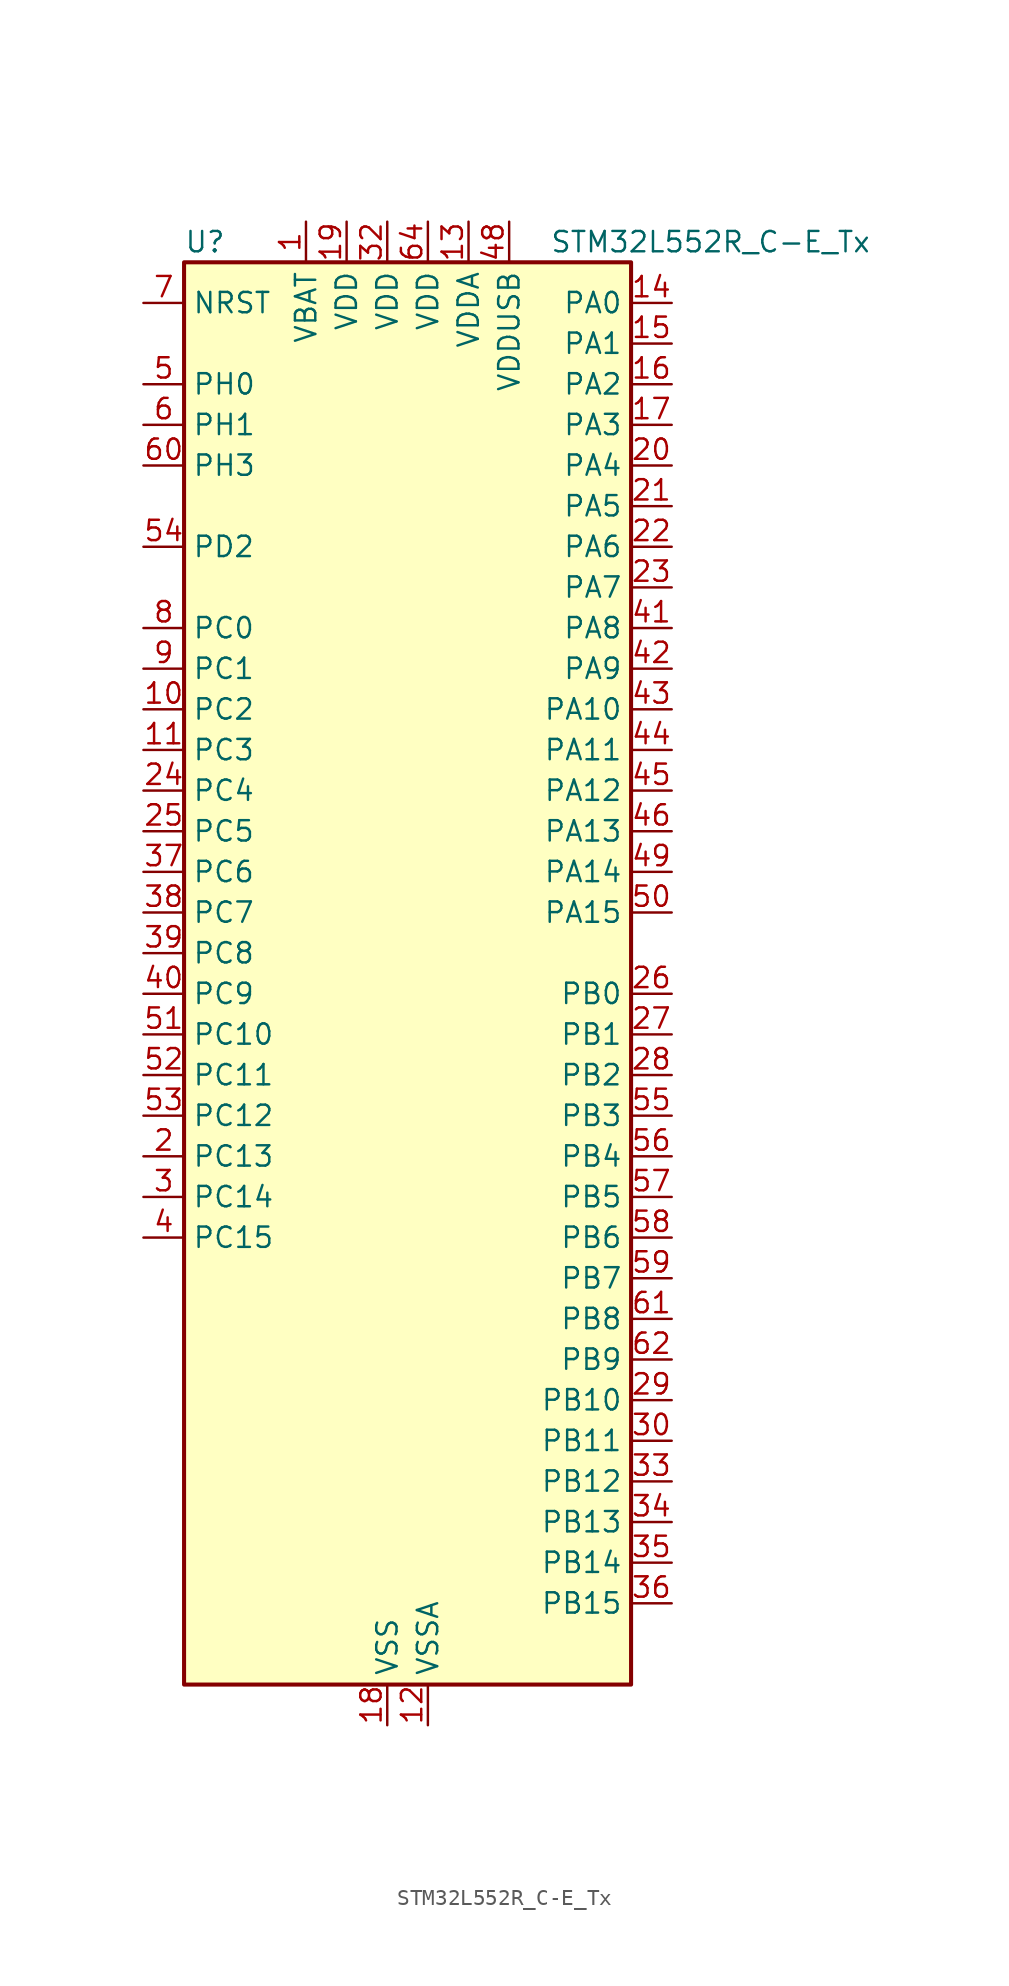
<source format=kicad_sym>
(kicad_symbol_lib
  (version 20220914)
  (generator kicad_symbol_editor)
  (symbol "STM32L552R_C-E_Tx"
    (property "Reference" "U"
      (at -12.7 46.99 0)
      (effects (font (size 1.27 1.27)) (justify left)))
    (property "Value" "STM32L552R_C-E_Tx"
      (at 10.16 46.99 0)
      (effects (font (size 1.27 1.27)) (justify left)))
    (property "ki_locked" ""
      (at 0 0 0)
      (effects (font (size 1.27 1.27))))
    (symbol "STM32L552R_C-E_Tx_0_1"
      (rectangle (start -12.7 -43.18) (end 15.24 45.72) (stroke (width 0.254) (type default)) (fill (type background))))
    (symbol "STM32L552R_C-E_Tx_1_1"
      (pin power_in line (at -5.08 48.26 270) (length 2.54) (name "VBAT" (effects (font (size 1.27 1.27)))) (number "1" (effects (font (size 1.27 1.27)))))
      (pin bidirectional line (at -15.24 17.78 0) (length 2.54) (name "PC2" (effects (font (size 1.27 1.27)))) (number "10" (effects (font (size 1.27 1.27)))) (alternate "ADC1_IN3" bidirectional line) (alternate "ADC2_IN3" bidirectional line) (alternate "DFSDM1_CKOUT" bidirectional line) (alternate "LPTIM1_IN2" bidirectional line) (alternate "OCTOSPI1_IO5" bidirectional line) (alternate "SPI2_MISO" bidirectional line))
      (pin bidirectional line (at -15.24 15.24 0) (length 2.54) (name "PC3" (effects (font (size 1.27 1.27)))) (number "11" (effects (font (size 1.27 1.27)))) (alternate "ADC1_IN4" bidirectional line) (alternate "ADC2_IN4" bidirectional line) (alternate "LPTIM1_ETR" bidirectional line) (alternate "LPTIM2_ETR" bidirectional line) (alternate "LPTIM3_OUT" bidirectional line) (alternate "OCTOSPI1_IO6" bidirectional line) (alternate "SAI1_D1" bidirectional line) (alternate "SAI1_SD_A" bidirectional line) (alternate "SPI2_MOSI" bidirectional line))
      (pin power_in line (at 2.54 -45.72 90) (length 2.54) (name "VSSA" (effects (font (size 1.27 1.27)))) (number "12" (effects (font (size 1.27 1.27)))))
      (pin power_in line (at 5.08 48.26 270) (length 2.54) (name "VDDA" (effects (font (size 1.27 1.27)))) (number "13" (effects (font (size 1.27 1.27)))))
      (pin bidirectional line (at 17.78 43.18 180) (length 2.54) (name "PA0" (effects (font (size 1.27 1.27)))) (number "14" (effects (font (size 1.27 1.27)))) (alternate "ADC1_IN5" bidirectional line) (alternate "ADC2_IN5" bidirectional line) (alternate "OPAMP1_VINP" bidirectional line) (alternate "PWR_WKUP1" bidirectional line) (alternate "SAI1_EXTCLK" bidirectional line) (alternate "TAMP_IN2" bidirectional line) (alternate "TAMP_OUT1" bidirectional line) (alternate "TIM2_CH1" bidirectional line) (alternate "TIM2_ETR" bidirectional line) (alternate "TIM5_CH1" bidirectional line) (alternate "TIM8_ETR" bidirectional line) (alternate "UART4_TX" bidirectional line) (alternate "USART2_CTS" bidirectional line) (alternate "USART2_NSS" bidirectional line))
      (pin bidirectional line (at 17.78 40.64 180) (length 2.54) (name "PA1" (effects (font (size 1.27 1.27)))) (number "15" (effects (font (size 1.27 1.27)))) (alternate "ADC1_IN6" bidirectional line) (alternate "ADC2_IN6" bidirectional line) (alternate "I2C1_SMBA" bidirectional line) (alternate "OCTOSPI1_DQS" bidirectional line) (alternate "OPAMP1_VINM" bidirectional line) (alternate "SPI1_SCK" bidirectional line) (alternate "TAMP_IN5" bidirectional line) (alternate "TAMP_OUT4" bidirectional line) (alternate "TIM15_CH1N" bidirectional line) (alternate "TIM2_CH2" bidirectional line) (alternate "TIM5_CH2" bidirectional line) (alternate "UART4_RX" bidirectional line) (alternate "USART2_DE" bidirectional line) (alternate "USART2_RTS" bidirectional line))
      (pin bidirectional line (at 17.78 38.1 180) (length 2.54) (name "PA2" (effects (font (size 1.27 1.27)))) (number "16" (effects (font (size 1.27 1.27)))) (alternate "ADC1_IN7" bidirectional line) (alternate "ADC2_IN7" bidirectional line) (alternate "COMP1_INP" bidirectional line) (alternate "LPUART1_TX" bidirectional line) (alternate "OCTOSPI1_NCS" bidirectional line) (alternate "PWR_WKUP4" bidirectional line) (alternate "RCC_LSCO" bidirectional line) (alternate "SAI2_EXTCLK" bidirectional line) (alternate "TIM15_CH1" bidirectional line) (alternate "TIM2_CH3" bidirectional line) (alternate "TIM5_CH3" bidirectional line) (alternate "UCPD1_FRSTX1" bidirectional line) (alternate "USART2_TX" bidirectional line))
      (pin bidirectional line (at 17.78 35.56 180) (length 2.54) (name "PA3" (effects (font (size 1.27 1.27)))) (number "17" (effects (font (size 1.27 1.27)))) (alternate "ADC1_IN8" bidirectional line) (alternate "ADC2_IN8" bidirectional line) (alternate "LPUART1_RX" bidirectional line) (alternate "OCTOSPI1_CLK" bidirectional line) (alternate "OPAMP1_VOUT" bidirectional line) (alternate "SAI1_CK1" bidirectional line) (alternate "SAI1_MCLK_A" bidirectional line) (alternate "TIM15_CH2" bidirectional line) (alternate "TIM2_CH4" bidirectional line) (alternate "TIM5_CH4" bidirectional line) (alternate "USART2_RX" bidirectional line))
      (pin power_in line (at 0 -45.72 90) (length 2.54) (name "VSS" (effects (font (size 1.27 1.27)))) (number "18" (effects (font (size 1.27 1.27)))))
      (pin power_in line (at -2.54 48.26 270) (length 2.54) (name "VDD" (effects (font (size 1.27 1.27)))) (number "19" (effects (font (size 1.27 1.27)))))
      (pin bidirectional line (at -15.24 -10.16 0) (length 2.54) (name "PC13" (effects (font (size 1.27 1.27)))) (number "2" (effects (font (size 1.27 1.27)))) (alternate "PWR_WKUP2" bidirectional line) (alternate "RTC_OUT1" bidirectional line) (alternate "RTC_TS" bidirectional line) (alternate "TAMP_IN1" bidirectional line) (alternate "TAMP_OUT2" bidirectional line))
      (pin bidirectional line (at 17.78 33.02 180) (length 2.54) (name "PA4" (effects (font (size 1.27 1.27)))) (number "20" (effects (font (size 1.27 1.27)))) (alternate "ADC1_IN9" bidirectional line) (alternate "ADC2_IN9" bidirectional line) (alternate "DAC1_OUT1" bidirectional line) (alternate "LPTIM2_OUT" bidirectional line) (alternate "OCTOSPI1_NCS" bidirectional line) (alternate "SAI1_FS_B" bidirectional line) (alternate "SPI1_NSS" bidirectional line) (alternate "SPI3_NSS" bidirectional line) (alternate "USART2_CK" bidirectional line))
      (pin bidirectional line (at 17.78 30.48 180) (length 2.54) (name "PA5" (effects (font (size 1.27 1.27)))) (number "21" (effects (font (size 1.27 1.27)))) (alternate "ADC1_IN10" bidirectional line) (alternate "ADC2_IN10" bidirectional line) (alternate "DAC1_OUT2" bidirectional line) (alternate "LPTIM2_ETR" bidirectional line) (alternate "SPI1_SCK" bidirectional line) (alternate "TIM2_CH1" bidirectional line) (alternate "TIM2_ETR" bidirectional line) (alternate "TIM8_CH1N" bidirectional line))
      (pin bidirectional line (at 17.78 27.94 180) (length 2.54) (name "PA6" (effects (font (size 1.27 1.27)))) (number "22" (effects (font (size 1.27 1.27)))) (alternate "ADC1_IN11" bidirectional line) (alternate "ADC2_IN11" bidirectional line) (alternate "LPUART1_CTS" bidirectional line) (alternate "OCTOSPI1_IO3" bidirectional line) (alternate "OPAMP2_VINP" bidirectional line) (alternate "SPI1_MISO" bidirectional line) (alternate "TIM16_CH1" bidirectional line) (alternate "TIM1_BKIN" bidirectional line) (alternate "TIM3_CH1" bidirectional line) (alternate "TIM8_BKIN" bidirectional line) (alternate "USART3_CTS" bidirectional line) (alternate "USART3_NSS" bidirectional line))
      (pin bidirectional line (at 17.78 25.4 180) (length 2.54) (name "PA7" (effects (font (size 1.27 1.27)))) (number "23" (effects (font (size 1.27 1.27)))) (alternate "ADC1_IN12" bidirectional line) (alternate "ADC2_IN12" bidirectional line) (alternate "I2C3_SCL" bidirectional line) (alternate "OCTOSPI1_IO2" bidirectional line) (alternate "OPAMP2_VINM" bidirectional line) (alternate "SPI1_MOSI" bidirectional line) (alternate "TIM17_CH1" bidirectional line) (alternate "TIM1_CH1N" bidirectional line) (alternate "TIM3_CH2" bidirectional line) (alternate "TIM8_CH1N" bidirectional line))
      (pin bidirectional line (at -15.24 12.7 0) (length 2.54) (name "PC4" (effects (font (size 1.27 1.27)))) (number "24" (effects (font (size 1.27 1.27)))) (alternate "ADC1_IN13" bidirectional line) (alternate "ADC2_IN13" bidirectional line) (alternate "COMP1_INM" bidirectional line) (alternate "OCTOSPI1_IO7" bidirectional line) (alternate "USART3_TX" bidirectional line))
      (pin bidirectional line (at -15.24 10.16 0) (length 2.54) (name "PC5" (effects (font (size 1.27 1.27)))) (number "25" (effects (font (size 1.27 1.27)))) (alternate "ADC1_IN14" bidirectional line) (alternate "ADC2_IN14" bidirectional line) (alternate "COMP1_INP" bidirectional line) (alternate "PWR_WKUP5" bidirectional line) (alternate "SAI1_D3" bidirectional line) (alternate "TAMP_IN4" bidirectional line) (alternate "TAMP_OUT5" bidirectional line) (alternate "USART3_RX" bidirectional line))
      (pin bidirectional line (at 17.78 0 180) (length 2.54) (name "PB0" (effects (font (size 1.27 1.27)))) (number "26" (effects (font (size 1.27 1.27)))) (alternate "ADC1_IN15" bidirectional line) (alternate "ADC2_IN15" bidirectional line) (alternate "COMP1_OUT" bidirectional line) (alternate "OCTOSPI1_IO1" bidirectional line) (alternate "OPAMP2_VOUT" bidirectional line) (alternate "SAI1_EXTCLK" bidirectional line) (alternate "SPI1_NSS" bidirectional line) (alternate "TIM1_CH2N" bidirectional line) (alternate "TIM3_CH3" bidirectional line) (alternate "TIM8_CH2N" bidirectional line) (alternate "USART3_CK" bidirectional line))
      (pin bidirectional line (at 17.78 -2.54 180) (length 2.54) (name "PB1" (effects (font (size 1.27 1.27)))) (number "27" (effects (font (size 1.27 1.27)))) (alternate "ADC1_IN16" bidirectional line) (alternate "ADC2_IN16" bidirectional line) (alternate "COMP1_INM" bidirectional line) (alternate "DFSDM1_DATIN0" bidirectional line) (alternate "LPTIM2_IN1" bidirectional line) (alternate "LPUART1_DE" bidirectional line) (alternate "LPUART1_RTS" bidirectional line) (alternate "OCTOSPI1_IO0" bidirectional line) (alternate "TIM1_CH3N" bidirectional line) (alternate "TIM3_CH4" bidirectional line) (alternate "TIM8_CH3N" bidirectional line) (alternate "USART3_DE" bidirectional line) (alternate "USART3_RTS" bidirectional line))
      (pin bidirectional line (at 17.78 -5.08 180) (length 2.54) (name "PB2" (effects (font (size 1.27 1.27)))) (number "28" (effects (font (size 1.27 1.27)))) (alternate "COMP1_INP" bidirectional line) (alternate "DFSDM1_CKIN0" bidirectional line) (alternate "I2C3_SMBA" bidirectional line) (alternate "LPTIM1_OUT" bidirectional line) (alternate "OCTOSPI1_DQS" bidirectional line) (alternate "RTC_OUT2" bidirectional line) (alternate "UCPD1_FRSTX1" bidirectional line))
      (pin bidirectional line (at 17.78 -25.4 180) (length 2.54) (name "PB10" (effects (font (size 1.27 1.27)))) (number "29" (effects (font (size 1.27 1.27)))) (alternate "COMP1_OUT" bidirectional line) (alternate "I2C2_SCL" bidirectional line) (alternate "I2C4_SCL" bidirectional line) (alternate "LPTIM3_OUT" bidirectional line) (alternate "LPUART1_RX" bidirectional line) (alternate "OCTOSPI1_CLK" bidirectional line) (alternate "SAI1_SCK_A" bidirectional line) (alternate "SPI2_SCK" bidirectional line) (alternate "TIM2_CH3" bidirectional line) (alternate "TSC_SYNC" bidirectional line) (alternate "USART3_TX" bidirectional line))
      (pin bidirectional line (at -15.24 -12.7 0) (length 2.54) (name "PC14" (effects (font (size 1.27 1.27)))) (number "3" (effects (font (size 1.27 1.27)))) (alternate "RCC_OSC32_IN" bidirectional line))
      (pin bidirectional line (at 17.78 -27.94 180) (length 2.54) (name "PB11" (effects (font (size 1.27 1.27)))) (number "30" (effects (font (size 1.27 1.27)))) (alternate "ADC1_EXTI11" bidirectional line) (alternate "ADC2_EXTI11" bidirectional line) (alternate "COMP2_OUT" bidirectional line) (alternate "I2C2_SDA" bidirectional line) (alternate "I2C4_SDA" bidirectional line) (alternate "LPUART1_TX" bidirectional line) (alternate "OCTOSPI1_NCS" bidirectional line) (alternate "TIM2_CH4" bidirectional line) (alternate "USART3_RX" bidirectional line))
      (pin passive line (at 0 -45.72 90) (length 2.54) hide (name "VSS" (effects (font (size 1.27 1.27)))) (number "31" (effects (font (size 1.27 1.27)))))
      (pin power_in line (at 0 48.26 270) (length 2.54) (name "VDD" (effects (font (size 1.27 1.27)))) (number "32" (effects (font (size 1.27 1.27)))))
      (pin bidirectional line (at 17.78 -30.48 180) (length 2.54) (name "PB12" (effects (font (size 1.27 1.27)))) (number "33" (effects (font (size 1.27 1.27)))) (alternate "DFSDM1_DATIN1" bidirectional line) (alternate "I2C2_SMBA" bidirectional line) (alternate "LPUART1_DE" bidirectional line) (alternate "LPUART1_RTS" bidirectional line) (alternate "OCTOSPI1_NCLK" bidirectional line) (alternate "SAI2_FS_A" bidirectional line) (alternate "SPI2_NSS" bidirectional line) (alternate "TIM15_BKIN" bidirectional line) (alternate "TIM1_BKIN" bidirectional line) (alternate "TSC_G1_IO1" bidirectional line) (alternate "USART3_CK" bidirectional line))
      (pin bidirectional line (at 17.78 -33.02 180) (length 2.54) (name "PB13" (effects (font (size 1.27 1.27)))) (number "34" (effects (font (size 1.27 1.27)))) (alternate "DFSDM1_CKIN1" bidirectional line) (alternate "I2C2_SCL" bidirectional line) (alternate "LPTIM3_IN1" bidirectional line) (alternate "LPUART1_CTS" bidirectional line) (alternate "SAI2_SCK_A" bidirectional line) (alternate "SPI2_SCK" bidirectional line) (alternate "TIM15_CH1N" bidirectional line) (alternate "TIM1_CH1N" bidirectional line) (alternate "TSC_G1_IO2" bidirectional line) (alternate "UCPD1_FRSTX2" bidirectional line) (alternate "USART3_CTS" bidirectional line) (alternate "USART3_NSS" bidirectional line))
      (pin bidirectional line (at 17.78 -35.56 180) (length 2.54) (name "PB14" (effects (font (size 1.27 1.27)))) (number "35" (effects (font (size 1.27 1.27)))) (alternate "DFSDM1_DATIN2" bidirectional line) (alternate "I2C2_SDA" bidirectional line) (alternate "LPTIM3_ETR" bidirectional line) (alternate "SAI2_MCLK_A" bidirectional line) (alternate "SPI2_MISO" bidirectional line) (alternate "TIM15_CH1" bidirectional line) (alternate "TIM1_CH2N" bidirectional line) (alternate "TIM8_CH2N" bidirectional line) (alternate "TSC_G1_IO3" bidirectional line) (alternate "UCPD1_DBCC2" bidirectional line) (alternate "USART3_DE" bidirectional line) (alternate "USART3_RTS" bidirectional line))
      (pin bidirectional line (at 17.78 -38.1 180) (length 2.54) (name "PB15" (effects (font (size 1.27 1.27)))) (number "36" (effects (font (size 1.27 1.27)))) (alternate "ADC1_EXTI15" bidirectional line) (alternate "ADC2_EXTI15" bidirectional line) (alternate "DFSDM1_CKIN2" bidirectional line) (alternate "RTC_REFIN" bidirectional line) (alternate "SAI2_SD_A" bidirectional line) (alternate "SPI2_MOSI" bidirectional line) (alternate "TIM15_CH2" bidirectional line) (alternate "TIM1_CH3N" bidirectional line) (alternate "TIM8_CH3N" bidirectional line) (alternate "UCPD1_CC2" bidirectional line))
      (pin bidirectional line (at -15.24 7.62 0) (length 2.54) (name "PC6" (effects (font (size 1.27 1.27)))) (number "37" (effects (font (size 1.27 1.27)))) (alternate "DFSDM1_CKIN3" bidirectional line) (alternate "SAI2_MCLK_A" bidirectional line) (alternate "SDMMC1_D0DIR" bidirectional line) (alternate "SDMMC1_D6" bidirectional line) (alternate "TIM3_CH1" bidirectional line) (alternate "TIM8_CH1" bidirectional line) (alternate "TSC_G4_IO1" bidirectional line))
      (pin bidirectional line (at -15.24 5.08 0) (length 2.54) (name "PC7" (effects (font (size 1.27 1.27)))) (number "38" (effects (font (size 1.27 1.27)))) (alternate "DFSDM1_DATIN3" bidirectional line) (alternate "SAI2_MCLK_B" bidirectional line) (alternate "SDMMC1_D123DIR" bidirectional line) (alternate "SDMMC1_D7" bidirectional line) (alternate "TIM3_CH2" bidirectional line) (alternate "TIM8_CH2" bidirectional line) (alternate "TSC_G4_IO2" bidirectional line))
      (pin bidirectional line (at -15.24 2.54 0) (length 2.54) (name "PC8" (effects (font (size 1.27 1.27)))) (number "39" (effects (font (size 1.27 1.27)))) (alternate "SDMMC1_D0" bidirectional line) (alternate "TIM3_CH3" bidirectional line) (alternate "TIM8_CH3" bidirectional line) (alternate "TSC_G4_IO3" bidirectional line))
      (pin bidirectional line (at -15.24 -15.24 0) (length 2.54) (name "PC15" (effects (font (size 1.27 1.27)))) (number "4" (effects (font (size 1.27 1.27)))) (alternate "ADC1_EXTI15" bidirectional line) (alternate "ADC2_EXTI15" bidirectional line) (alternate "RCC_OSC32_OUT" bidirectional line))
      (pin bidirectional line (at -15.24 0 0) (length 2.54) (name "PC9" (effects (font (size 1.27 1.27)))) (number "40" (effects (font (size 1.27 1.27)))) (alternate "DAC1_EXTI9" bidirectional line) (alternate "DEBUG_TRACED0" bidirectional line) (alternate "SAI2_EXTCLK" bidirectional line) (alternate "SDMMC1_D1" bidirectional line) (alternate "TIM3_CH4" bidirectional line) (alternate "TIM8_BKIN2" bidirectional line) (alternate "TIM8_CH4" bidirectional line) (alternate "TSC_G4_IO4" bidirectional line) (alternate "USB_NOE" bidirectional line))
      (pin bidirectional line (at 17.78 22.86 180) (length 2.54) (name "PA8" (effects (font (size 1.27 1.27)))) (number "41" (effects (font (size 1.27 1.27)))) (alternate "LPTIM2_OUT" bidirectional line) (alternate "RCC_MCO" bidirectional line) (alternate "SAI1_CK2" bidirectional line) (alternate "SAI1_SCK_A" bidirectional line) (alternate "TIM1_CH1" bidirectional line) (alternate "USART1_CK" bidirectional line))
      (pin bidirectional line (at 17.78 20.32 180) (length 2.54) (name "PA9" (effects (font (size 1.27 1.27)))) (number "42" (effects (font (size 1.27 1.27)))) (alternate "DAC1_EXTI9" bidirectional line) (alternate "SAI1_FS_A" bidirectional line) (alternate "SPI2_SCK" bidirectional line) (alternate "TIM15_BKIN" bidirectional line) (alternate "TIM1_CH2" bidirectional line) (alternate "USART1_TX" bidirectional line))
      (pin bidirectional line (at 17.78 17.78 180) (length 2.54) (name "PA10" (effects (font (size 1.27 1.27)))) (number "43" (effects (font (size 1.27 1.27)))) (alternate "CRS_SYNC" bidirectional line) (alternate "SAI1_D1" bidirectional line) (alternate "SAI1_SD_A" bidirectional line) (alternate "TIM17_BKIN" bidirectional line) (alternate "TIM1_CH3" bidirectional line) (alternate "USART1_RX" bidirectional line))
      (pin bidirectional line (at 17.78 15.24 180) (length 2.54) (name "PA11" (effects (font (size 1.27 1.27)))) (number "44" (effects (font (size 1.27 1.27)))) (alternate "ADC1_EXTI11" bidirectional line) (alternate "ADC2_EXTI11" bidirectional line) (alternate "FDCAN1_RX" bidirectional line) (alternate "SPI1_MISO" bidirectional line) (alternate "TIM1_BKIN2" bidirectional line) (alternate "TIM1_CH4" bidirectional line) (alternate "USART1_CTS" bidirectional line) (alternate "USART1_NSS" bidirectional line) (alternate "USB_DM" bidirectional line))
      (pin bidirectional line (at 17.78 12.7 180) (length 2.54) (name "PA12" (effects (font (size 1.27 1.27)))) (number "45" (effects (font (size 1.27 1.27)))) (alternate "FDCAN1_TX" bidirectional line) (alternate "SPI1_MOSI" bidirectional line) (alternate "TIM1_ETR" bidirectional line) (alternate "USART1_DE" bidirectional line) (alternate "USART1_RTS" bidirectional line) (alternate "USB_DP" bidirectional line))
      (pin bidirectional line (at 17.78 10.16 180) (length 2.54) (name "PA13" (effects (font (size 1.27 1.27)))) (number "46" (effects (font (size 1.27 1.27)))) (alternate "DEBUG_JTMS-SWDIO" bidirectional line) (alternate "IR_OUT" bidirectional line) (alternate "SAI1_SD_B" bidirectional line) (alternate "USB_NOE" bidirectional line))
      (pin passive line (at 0 -45.72 90) (length 2.54) hide (name "VSS" (effects (font (size 1.27 1.27)))) (number "47" (effects (font (size 1.27 1.27)))))
      (pin power_in line (at 7.62 48.26 270) (length 2.54) (name "VDDUSB" (effects (font (size 1.27 1.27)))) (number "48" (effects (font (size 1.27 1.27)))))
      (pin bidirectional line (at 17.78 7.62 180) (length 2.54) (name "PA14" (effects (font (size 1.27 1.27)))) (number "49" (effects (font (size 1.27 1.27)))) (alternate "DEBUG_JTCK-SWCLK" bidirectional line) (alternate "I2C1_SMBA" bidirectional line) (alternate "I2C4_SMBA" bidirectional line) (alternate "LPTIM1_OUT" bidirectional line) (alternate "SAI1_FS_B" bidirectional line))
      (pin bidirectional line (at -15.24 38.1 0) (length 2.54) (name "PH0" (effects (font (size 1.27 1.27)))) (number "5" (effects (font (size 1.27 1.27)))) (alternate "RCC_OSC_IN" bidirectional line))
      (pin bidirectional line (at 17.78 5.08 180) (length 2.54) (name "PA15" (effects (font (size 1.27 1.27)))) (number "50" (effects (font (size 1.27 1.27)))) (alternate "ADC1_EXTI15" bidirectional line) (alternate "ADC2_EXTI15" bidirectional line) (alternate "DEBUG_JTDI" bidirectional line) (alternate "SAI2_FS_B" bidirectional line) (alternate "SPI1_NSS" bidirectional line) (alternate "SPI3_NSS" bidirectional line) (alternate "TIM2_CH1" bidirectional line) (alternate "TIM2_ETR" bidirectional line) (alternate "UART4_DE" bidirectional line) (alternate "UART4_RTS" bidirectional line) (alternate "UCPD1_CC1" bidirectional line) (alternate "USART2_RX" bidirectional line) (alternate "USART3_DE" bidirectional line) (alternate "USART3_RTS" bidirectional line))
      (pin bidirectional line (at -15.24 -2.54 0) (length 2.54) (name "PC10" (effects (font (size 1.27 1.27)))) (number "51" (effects (font (size 1.27 1.27)))) (alternate "DEBUG_TRACED1" bidirectional line) (alternate "LPTIM3_ETR" bidirectional line) (alternate "SAI2_SCK_B" bidirectional line) (alternate "SDMMC1_D2" bidirectional line) (alternate "SPI3_SCK" bidirectional line) (alternate "TSC_G3_IO2" bidirectional line) (alternate "UART4_TX" bidirectional line) (alternate "USART3_TX" bidirectional line))
      (pin bidirectional line (at -15.24 -5.08 0) (length 2.54) (name "PC11" (effects (font (size 1.27 1.27)))) (number "52" (effects (font (size 1.27 1.27)))) (alternate "ADC1_EXTI11" bidirectional line) (alternate "ADC2_EXTI11" bidirectional line) (alternate "LPTIM3_IN1" bidirectional line) (alternate "OCTOSPI1_NCS" bidirectional line) (alternate "SAI2_MCLK_B" bidirectional line) (alternate "SDMMC1_D3" bidirectional line) (alternate "SPI3_MISO" bidirectional line) (alternate "TSC_G3_IO3" bidirectional line) (alternate "UART4_RX" bidirectional line) (alternate "UCPD1_FRSTX2" bidirectional line) (alternate "USART3_RX" bidirectional line))
      (pin bidirectional line (at -15.24 -7.62 0) (length 2.54) (name "PC12" (effects (font (size 1.27 1.27)))) (number "53" (effects (font (size 1.27 1.27)))) (alternate "DEBUG_TRACED3" bidirectional line) (alternate "SAI2_SD_B" bidirectional line) (alternate "SDMMC1_CK" bidirectional line) (alternate "SPI3_MOSI" bidirectional line) (alternate "TSC_G3_IO4" bidirectional line) (alternate "UART5_TX" bidirectional line) (alternate "USART3_CK" bidirectional line))
      (pin bidirectional line (at -15.24 27.94 0) (length 2.54) (name "PD2" (effects (font (size 1.27 1.27)))) (number "54" (effects (font (size 1.27 1.27)))) (alternate "DEBUG_TRACED2" bidirectional line) (alternate "SDMMC1_CMD" bidirectional line) (alternate "TIM3_ETR" bidirectional line) (alternate "TSC_SYNC" bidirectional line) (alternate "UART5_RX" bidirectional line) (alternate "USART3_DE" bidirectional line) (alternate "USART3_RTS" bidirectional line))
      (pin bidirectional line (at 17.78 -7.62 180) (length 2.54) (name "PB3" (effects (font (size 1.27 1.27)))) (number "55" (effects (font (size 1.27 1.27)))) (alternate "COMP2_INM" bidirectional line) (alternate "CRS_SYNC" bidirectional line) (alternate "DEBUG_JTDO-SWO" bidirectional line) (alternate "SAI1_SCK_B" bidirectional line) (alternate "SPI1_SCK" bidirectional line) (alternate "SPI3_SCK" bidirectional line) (alternate "TIM2_CH2" bidirectional line) (alternate "USART1_DE" bidirectional line) (alternate "USART1_RTS" bidirectional line))
      (pin bidirectional line (at 17.78 -10.16 180) (length 2.54) (name "PB4" (effects (font (size 1.27 1.27)))) (number "56" (effects (font (size 1.27 1.27)))) (alternate "COMP2_INP" bidirectional line) (alternate "DEBUG_JTRST" bidirectional line) (alternate "I2C3_SDA" bidirectional line) (alternate "SAI1_MCLK_B" bidirectional line) (alternate "SPI1_MISO" bidirectional line) (alternate "SPI3_MISO" bidirectional line) (alternate "TIM17_BKIN" bidirectional line) (alternate "TIM3_CH1" bidirectional line) (alternate "TSC_G2_IO1" bidirectional line) (alternate "UART5_DE" bidirectional line) (alternate "UART5_RTS" bidirectional line) (alternate "USART1_CTS" bidirectional line) (alternate "USART1_NSS" bidirectional line))
      (pin bidirectional line (at 17.78 -12.7 180) (length 2.54) (name "PB5" (effects (font (size 1.27 1.27)))) (number "57" (effects (font (size 1.27 1.27)))) (alternate "COMP2_OUT" bidirectional line) (alternate "I2C1_SMBA" bidirectional line) (alternate "LPTIM1_IN1" bidirectional line) (alternate "OCTOSPI1_NCLK" bidirectional line) (alternate "SAI1_SD_B" bidirectional line) (alternate "SPI1_MOSI" bidirectional line) (alternate "SPI3_MOSI" bidirectional line) (alternate "TIM16_BKIN" bidirectional line) (alternate "TIM3_CH2" bidirectional line) (alternate "TSC_G2_IO2" bidirectional line) (alternate "UART5_CTS" bidirectional line) (alternate "UCPD1_DBCC1" bidirectional line) (alternate "USART1_CK" bidirectional line))
      (pin bidirectional line (at 17.78 -15.24 180) (length 2.54) (name "PB6" (effects (font (size 1.27 1.27)))) (number "58" (effects (font (size 1.27 1.27)))) (alternate "COMP2_INP" bidirectional line) (alternate "I2C1_SCL" bidirectional line) (alternate "I2C4_SCL" bidirectional line) (alternate "LPTIM1_ETR" bidirectional line) (alternate "SAI1_FS_B" bidirectional line) (alternate "TIM16_CH1N" bidirectional line) (alternate "TIM4_CH1" bidirectional line) (alternate "TIM8_BKIN2" bidirectional line) (alternate "TSC_G2_IO3" bidirectional line) (alternate "USART1_TX" bidirectional line))
      (pin bidirectional line (at 17.78 -17.78 180) (length 2.54) (name "PB7" (effects (font (size 1.27 1.27)))) (number "59" (effects (font (size 1.27 1.27)))) (alternate "COMP2_INM" bidirectional line) (alternate "I2C1_SDA" bidirectional line) (alternate "I2C4_SDA" bidirectional line) (alternate "LPTIM1_IN2" bidirectional line) (alternate "PWR_PVD_IN" bidirectional line) (alternate "TIM17_CH1N" bidirectional line) (alternate "TIM4_CH2" bidirectional line) (alternate "TIM8_BKIN" bidirectional line) (alternate "TSC_G2_IO4" bidirectional line) (alternate "UART4_CTS" bidirectional line) (alternate "USART1_RX" bidirectional line))
      (pin bidirectional line (at -15.24 35.56 0) (length 2.54) (name "PH1" (effects (font (size 1.27 1.27)))) (number "6" (effects (font (size 1.27 1.27)))) (alternate "RCC_OSC_OUT" bidirectional line))
      (pin bidirectional line (at -15.24 33.02 0) (length 2.54) (name "PH3" (effects (font (size 1.27 1.27)))) (number "60" (effects (font (size 1.27 1.27)))))
      (pin bidirectional line (at 17.78 -20.32 180) (length 2.54) (name "PB8" (effects (font (size 1.27 1.27)))) (number "61" (effects (font (size 1.27 1.27)))) (alternate "DFSDM1_CKOUT" bidirectional line) (alternate "FDCAN1_RX" bidirectional line) (alternate "I2C1_SCL" bidirectional line) (alternate "SAI1_CK1" bidirectional line) (alternate "SAI1_MCLK_A" bidirectional line) (alternate "SDMMC1_CKIN" bidirectional line) (alternate "SDMMC1_D4" bidirectional line) (alternate "TIM16_CH1" bidirectional line) (alternate "TIM4_CH3" bidirectional line))
      (pin bidirectional line (at 17.78 -22.86 180) (length 2.54) (name "PB9" (effects (font (size 1.27 1.27)))) (number "62" (effects (font (size 1.27 1.27)))) (alternate "DAC1_EXTI9" bidirectional line) (alternate "FDCAN1_TX" bidirectional line) (alternate "I2C1_SDA" bidirectional line) (alternate "IR_OUT" bidirectional line) (alternate "SAI1_D2" bidirectional line) (alternate "SAI1_FS_A" bidirectional line) (alternate "SDMMC1_CDIR" bidirectional line) (alternate "SDMMC1_D5" bidirectional line) (alternate "SPI2_NSS" bidirectional line) (alternate "TIM17_CH1" bidirectional line) (alternate "TIM4_CH4" bidirectional line))
      (pin passive line (at 0 -45.72 90) (length 2.54) hide (name "VSS" (effects (font (size 1.27 1.27)))) (number "63" (effects (font (size 1.27 1.27)))))
      (pin power_in line (at 2.54 48.26 270) (length 2.54) (name "VDD" (effects (font (size 1.27 1.27)))) (number "64" (effects (font (size 1.27 1.27)))))
      (pin input line (at -15.24 43.18 0) (length 2.54) (name "NRST" (effects (font (size 1.27 1.27)))) (number "7" (effects (font (size 1.27 1.27)))))
      (pin bidirectional line (at -15.24 22.86 0) (length 2.54) (name "PC0" (effects (font (size 1.27 1.27)))) (number "8" (effects (font (size 1.27 1.27)))) (alternate "ADC1_IN1" bidirectional line) (alternate "ADC2_IN1" bidirectional line) (alternate "I2C3_SCL" bidirectional line) (alternate "LPTIM1_IN1" bidirectional line) (alternate "LPTIM2_IN1" bidirectional line) (alternate "LPUART1_RX" bidirectional line) (alternate "OCTOSPI1_IO7" bidirectional line) (alternate "SAI2_FS_A" bidirectional line) (alternate "SDMMC1_D5" bidirectional line))
      (pin bidirectional line (at -15.24 20.32 0) (length 2.54) (name "PC1" (effects (font (size 1.27 1.27)))) (number "9" (effects (font (size 1.27 1.27)))) (alternate "ADC1_IN2" bidirectional line) (alternate "ADC2_IN2" bidirectional line) (alternate "DEBUG_TRACED0" bidirectional line) (alternate "I2C3_SDA" bidirectional line) (alternate "LPTIM1_OUT" bidirectional line) (alternate "LPUART1_TX" bidirectional line) (alternate "OCTOSPI1_IO4" bidirectional line) (alternate "SAI1_SD_A" bidirectional line) (alternate "SPI2_MOSI" bidirectional line)))))
</source>
